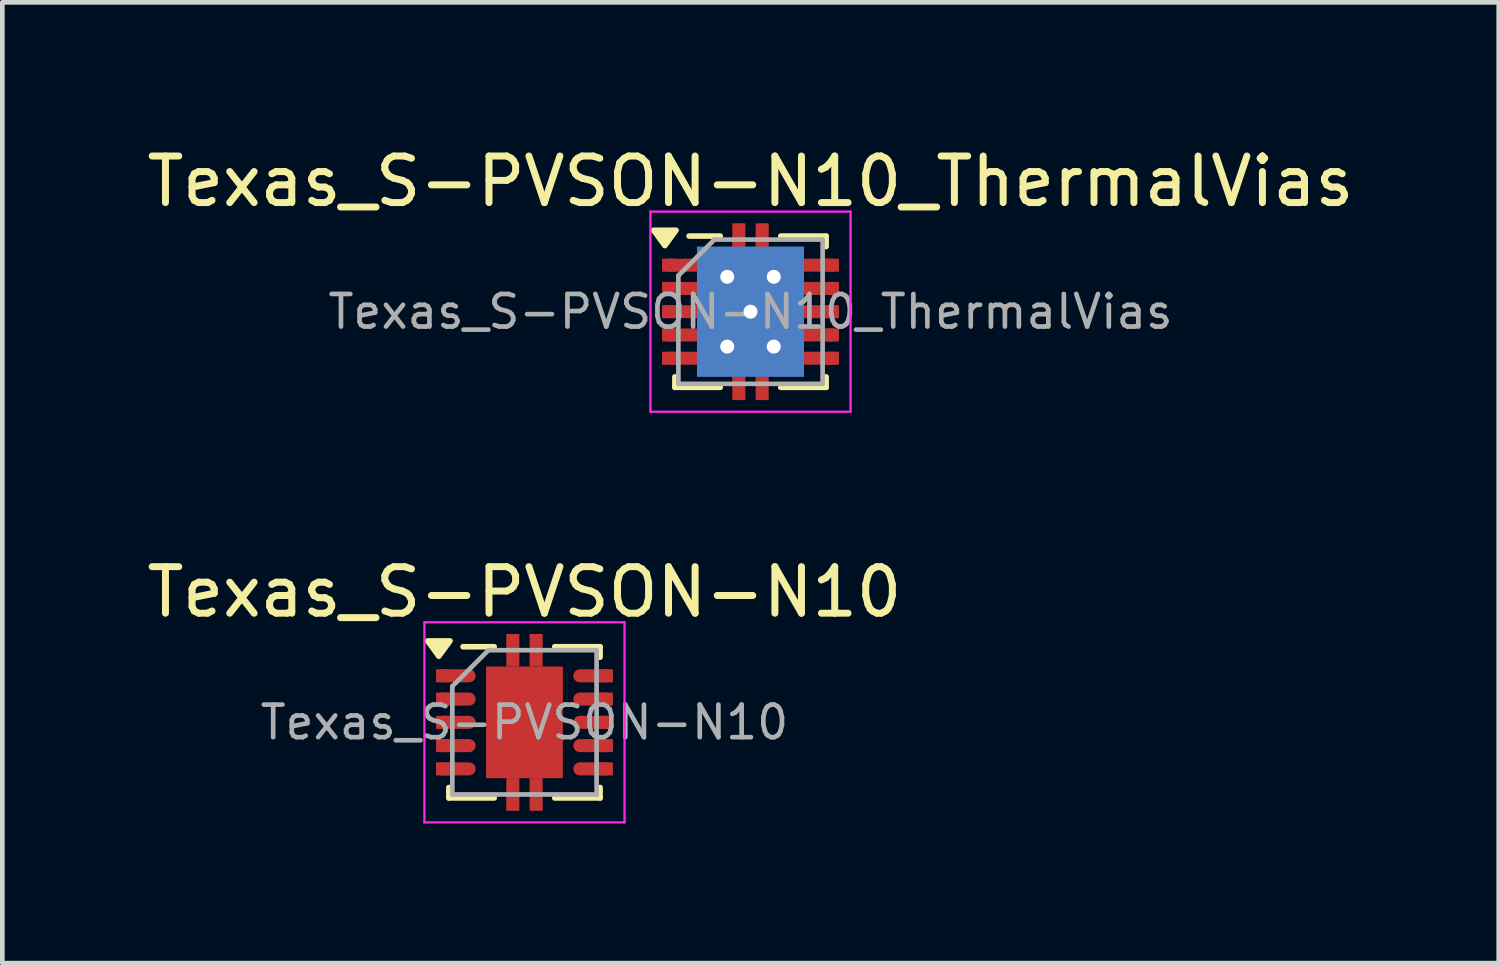
<source format=kicad_pcb>
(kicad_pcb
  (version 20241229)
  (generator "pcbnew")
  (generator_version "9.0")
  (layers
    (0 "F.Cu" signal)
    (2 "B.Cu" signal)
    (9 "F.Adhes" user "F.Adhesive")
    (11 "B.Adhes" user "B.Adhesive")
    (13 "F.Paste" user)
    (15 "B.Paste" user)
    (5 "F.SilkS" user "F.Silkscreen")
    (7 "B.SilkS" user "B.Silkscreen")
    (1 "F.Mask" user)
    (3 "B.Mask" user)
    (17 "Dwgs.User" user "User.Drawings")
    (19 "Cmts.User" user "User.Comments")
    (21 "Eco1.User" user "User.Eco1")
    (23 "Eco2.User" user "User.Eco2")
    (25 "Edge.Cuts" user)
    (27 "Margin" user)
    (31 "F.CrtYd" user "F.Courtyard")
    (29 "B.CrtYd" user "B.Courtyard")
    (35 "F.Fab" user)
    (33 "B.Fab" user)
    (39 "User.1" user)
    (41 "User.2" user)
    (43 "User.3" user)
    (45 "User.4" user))
  (footprint "Texas_S-PVSON-N10_ThermalVias"
    (layer "F.Cu")
    (at 13.077 3.648)
    (property "Reference" "Texas_S-PVSON-N10_ThermalVias" (at 0 -2.8 0) (layer "F.SilkS") (effects (font (size 1 1) (thickness 0.15))))
    (attr smd)
    (fp_line (start -1.625 1.625) (end -1.625 1.4) (stroke (width 0.12) (type solid)) (layer "F.SilkS"))
    (fp_line (start -1.625 1.625) (end -0.65 1.625) (stroke (width 0.12) (type solid)) (layer "F.SilkS"))
    (fp_line (start -1.32 -1.625) (end -0.65 -1.625) (stroke (width 0.12) (type solid)) (layer "F.SilkS"))
    (fp_line (start 0.65 -1.625) (end 1.625 -1.625) (stroke (width 0.12) (type solid)) (layer "F.SilkS"))
    (fp_line (start 0.65 1.625) (end 1.625 1.625) (stroke (width 0.12) (type solid)) (layer "F.SilkS"))
    (fp_line (start 1.625 -1.4) (end 1.625 -1.625) (stroke (width 0.12) (type solid)) (layer "F.SilkS"))
    (fp_line (start 1.625 1.4) (end 1.625 1.625) (stroke (width 0.12) (type solid)) (layer "F.SilkS"))
    (fp_poly (pts (xy -1.84 -1.42) (xy -2.08 -1.75) (xy -1.6 -1.75) (xy -1.84 -1.42)) (stroke (width 0.12) (type solid)) (fill yes) (layer "F.SilkS"))
    (fp_line (start -2.15 -2.15) (end -2.15 2.15) (stroke (width 0.05) (type solid)) (layer "F.CrtYd"))
    (fp_line (start -2.15 -2.15) (end 2.15 -2.15) (stroke (width 0.05) (type solid)) (layer "F.CrtYd"))
    (fp_line (start -2.15 2.15) (end 2.15 2.15) (stroke (width 0.05) (type solid)) (layer "F.CrtYd"))
    (fp_line (start 2.15 -2.15) (end 2.15 2.15) (stroke (width 0.05) (type solid)) (layer "F.CrtYd"))
    (fp_line (start -1.55 1.55) (end -1.55 -0.775) (stroke (width 0.1) (type solid)) (layer "F.Fab"))
    (fp_line (start -0.775 -1.55) (end -1.55 -0.775) (stroke (width 0.1) (type solid)) (layer "F.Fab"))
    (fp_line (start -0.775 -1.55) (end 1.55 -1.55) (stroke (width 0.1) (type solid)) (layer "F.Fab"))
    (fp_line (start 1.55 -1.55) (end 1.55 1.55) (stroke (width 0.1) (type solid)) (layer "F.Fab"))
    (fp_line (start 1.55 1.55) (end -1.55 1.55) (stroke (width 0.1) (type solid)) (layer "F.Fab"))
    (fp_text user "${REFERENCE}" (at 0 0 0) (layer "F.Fab") (effects (font (size 0.7 0.7) (thickness 0.1))))
    (pad "1" smd rect (at -1.76 -1) (size 0.28 0.28) (layers "F.Cu" "F.Mask" "F.Paste"))
    (pad "1" smd oval (at -1.475 -1) (size 0.85 0.28) (layers "F.Cu" "F.Mask" "F.Paste"))
    (pad "2" smd rect (at -1.76 -0.5) (size 0.28 0.28) (layers "F.Cu" "F.Mask" "F.Paste"))
    (pad "2" smd oval (at -1.475 -0.5) (size 0.85 0.28) (layers "F.Cu" "F.Mask" "F.Paste"))
    (pad "3" smd rect (at -1.76 0) (size 0.28 0.28) (layers "F.Cu" "F.Mask" "F.Paste"))
    (pad "3" smd oval (at -1.475 0) (size 0.85 0.28) (layers "F.Cu" "F.Mask" "F.Paste"))
    (pad "4" smd rect (at -1.76 0.5) (size 0.28 0.28) (layers "F.Cu" "F.Mask" "F.Paste"))
    (pad "4" smd oval (at -1.475 0.5) (size 0.85 0.28) (layers "F.Cu" "F.Mask" "F.Paste"))
    (pad "5" smd rect (at -1.76 1) (size 0.28 0.28) (layers "F.Cu" "F.Mask" "F.Paste"))
    (pad "5" smd oval (at -1.475 1) (size 0.85 0.28) (layers "F.Cu" "F.Mask" "F.Paste"))
    (pad "6" smd oval (at 1.475 1) (size 0.85 0.28) (layers "F.Cu" "F.Mask" "F.Paste"))
    (pad "6" smd rect (at 1.76 1) (size 0.28 0.28) (layers "F.Cu" "F.Mask" "F.Paste"))
    (pad "7" smd oval (at 1.475 0.5) (size 0.85 0.28) (layers "F.Cu" "F.Mask" "F.Paste"))
    (pad "7" smd rect (at 1.76 0.5) (size 0.28 0.28) (layers "F.Cu" "F.Mask" "F.Paste"))
    (pad "8" smd oval (at 1.475 0) (size 0.85 0.28) (layers "F.Cu" "F.Mask" "F.Paste"))
    (pad "8" smd rect (at 1.76 0) (size 0.28 0.28) (layers "F.Cu" "F.Mask" "F.Paste"))
    (pad "9" smd oval (at 1.475 -0.5) (size 0.85 0.28) (layers "F.Cu" "F.Mask" "F.Paste"))
    (pad "9" smd rect (at 1.76 -0.5) (size 0.28 0.28) (layers "F.Cu" "F.Mask" "F.Paste"))
    (pad "10" smd oval (at 1.475 -1) (size 0.85 0.28) (layers "F.Cu" "F.Mask" "F.Paste"))
    (pad "10" smd rect (at 1.76 -1) (size 0.28 0.28) (layers "F.Cu" "F.Mask" "F.Paste"))
    (pad "11" thru_hole circle (at -0.5 -0.75) (size 0.6 0.6) (drill 0.3) (layers "*.Cu" "*.Mask"))
    (pad "11" thru_hole circle (at -0.5 0.75) (size 0.6 0.6) (drill 0.3) (layers "*.Cu" "*.Mask"))
    (pad "11" smd rect (at -0.45 -0.635) (size 0.68 1.05) (layers "F.Cu" "F.Mask" "F.Paste"))
    (pad "11" smd rect (at -0.45 0.635) (size 0.68 1.05) (layers "F.Cu" "F.Mask" "F.Paste"))
    (pad "11" smd rect (at -0.25 -1.63) (size 0.26 0.5) (layers "F.Cu" "F.Mask" "F.Paste"))
    (pad "11" smd rect (at -0.25 -1.55) (size 0.28 0.7) (layers "F.Cu" "F.Mask"))
    (pad "11" smd rect (at -0.25 1.55) (size 0.28 0.7) (layers "F.Cu" "F.Mask"))
    (pad "11" smd rect (at -0.25 1.63) (size 0.26 0.5) (layers "F.Cu" "F.Mask" "F.Paste"))
    (pad "11" thru_hole circle (at 0 0) (size 0.6 0.6) (drill 0.3) (layers "*.Cu" "*.Mask"))
    (pad "11" smd rect (at 0 0) (size 1.65 2.4) (layers "F.Cu" "F.Mask"))
    (pad "11" smd rect (at 0 0) (size 2.3 2.8) (layers "B.Cu"))
    (pad "11" smd rect (at 0.25 -1.63) (size 0.26 0.5) (layers "F.Cu" "F.Mask" "F.Paste"))
    (pad "11" smd rect (at 0.25 -1.55) (size 0.28 0.7) (layers "F.Cu" "F.Mask"))
    (pad "11" smd rect (at 0.25 1.55) (size 0.28 0.7) (layers "F.Cu" "F.Mask"))
    (pad "11" smd rect (at 0.25 1.63) (size 0.26 0.5) (layers "F.Cu" "F.Mask" "F.Paste"))
    (pad "11" smd rect (at 0.45 -0.635) (size 0.68 1.05) (layers "F.Cu" "F.Mask" "F.Paste"))
    (pad "11" smd rect (at 0.45 0.635) (size 0.68 1.05) (layers "F.Cu" "F.Mask" "F.Paste"))
    (pad "11" thru_hole circle (at 0.5 -0.75) (size 0.6 0.6) (drill 0.3) (layers "*.Cu" "*.Mask"))
    (pad "11" thru_hole circle (at 0.5 0.75) (size 0.6 0.6) (drill 0.3) (layers "*.Cu" "*.Mask")))
  (footprint "Texas_S-PVSON-N10"
    (layer "F.Cu")
    (at 8.22 12.472)
    (property "Reference" "Texas_S-PVSON-N10" (at 0 -2.8 0) (layer "F.SilkS") (effects (font (size 1 1) (thickness 0.15))))
    (attr smd)
    (fp_line (start -1.625 1.625) (end -1.625 1.4) (stroke (width 0.12) (type solid)) (layer "F.SilkS"))
    (fp_line (start -1.625 1.625) (end -0.65 1.625) (stroke (width 0.12) (type solid)) (layer "F.SilkS"))
    (fp_line (start -1.32 -1.625) (end -0.65 -1.625) (stroke (width 0.12) (type solid)) (layer "F.SilkS"))
    (fp_line (start 0.65 -1.625) (end 1.625 -1.625) (stroke (width 0.12) (type solid)) (layer "F.SilkS"))
    (fp_line (start 0.65 1.625) (end 1.625 1.625) (stroke (width 0.12) (type solid)) (layer "F.SilkS"))
    (fp_line (start 1.625 -1.4) (end 1.625 -1.625) (stroke (width 0.12) (type solid)) (layer "F.SilkS"))
    (fp_line (start 1.625 1.4) (end 1.625 1.625) (stroke (width 0.12) (type solid)) (layer "F.SilkS"))
    (fp_poly (pts (xy -1.84 -1.42) (xy -2.08 -1.75) (xy -1.6 -1.75) (xy -1.84 -1.42)) (stroke (width 0.12) (type solid)) (fill yes) (layer "F.SilkS"))
    (fp_line (start -2.15 -2.15) (end -2.15 2.15) (stroke (width 0.05) (type solid)) (layer "F.CrtYd"))
    (fp_line (start -2.15 -2.15) (end 2.15 -2.15) (stroke (width 0.05) (type solid)) (layer "F.CrtYd"))
    (fp_line (start -2.15 2.15) (end 2.15 2.15) (stroke (width 0.05) (type solid)) (layer "F.CrtYd"))
    (fp_line (start 2.15 -2.15) (end 2.15 2.15) (stroke (width 0.05) (type solid)) (layer "F.CrtYd"))
    (fp_line (start -1.55 1.55) (end -1.55 -0.775) (stroke (width 0.1) (type solid)) (layer "F.Fab"))
    (fp_line (start -0.775 -1.55) (end -1.55 -0.775) (stroke (width 0.1) (type solid)) (layer "F.Fab"))
    (fp_line (start -0.775 -1.55) (end 1.55 -1.55) (stroke (width 0.1) (type solid)) (layer "F.Fab"))
    (fp_line (start 1.55 -1.55) (end 1.55 1.55) (stroke (width 0.1) (type solid)) (layer "F.Fab"))
    (fp_line (start 1.55 1.55) (end -1.55 1.55) (stroke (width 0.1) (type solid)) (layer "F.Fab"))
    (fp_text user "${REFERENCE}" (at 0 0 0) (layer "F.Fab") (effects (font (size 0.7 0.7) (thickness 0.1))))
    (pad "1" smd rect (at -1.76 -1) (size 0.28 0.28) (layers "F.Cu" "F.Mask" "F.Paste"))
    (pad "1" smd oval (at -1.475 -1) (size 0.85 0.28) (layers "F.Cu" "F.Mask" "F.Paste"))
    (pad "2" smd rect (at -1.76 -0.5) (size 0.28 0.28) (layers "F.Cu" "F.Mask" "F.Paste"))
    (pad "2" smd oval (at -1.475 -0.5) (size 0.85 0.28) (layers "F.Cu" "F.Mask" "F.Paste"))
    (pad "3" smd rect (at -1.76 0) (size 0.28 0.28) (layers "F.Cu" "F.Mask" "F.Paste"))
    (pad "3" smd oval (at -1.475 0) (size 0.85 0.28) (layers "F.Cu" "F.Mask" "F.Paste"))
    (pad "4" smd rect (at -1.76 0.5) (size 0.28 0.28) (layers "F.Cu" "F.Mask" "F.Paste"))
    (pad "4" smd oval (at -1.475 0.5) (size 0.85 0.28) (layers "F.Cu" "F.Mask" "F.Paste"))
    (pad "5" smd rect (at -1.76 1) (size 0.28 0.28) (layers "F.Cu" "F.Mask" "F.Paste"))
    (pad "5" smd oval (at -1.475 1) (size 0.85 0.28) (layers "F.Cu" "F.Mask" "F.Paste"))
    (pad "6" smd oval (at 1.475 1) (size 0.85 0.28) (layers "F.Cu" "F.Mask" "F.Paste"))
    (pad "6" smd rect (at 1.76 1) (size 0.28 0.28) (layers "F.Cu" "F.Mask" "F.Paste"))
    (pad "7" smd oval (at 1.475 0.5) (size 0.85 0.28) (layers "F.Cu" "F.Mask" "F.Paste"))
    (pad "7" smd rect (at 1.76 0.5) (size 0.28 0.28) (layers "F.Cu" "F.Mask" "F.Paste"))
    (pad "8" smd oval (at 1.475 0) (size 0.85 0.28) (layers "F.Cu" "F.Mask" "F.Paste"))
    (pad "8" smd rect (at 1.76 0) (size 0.28 0.28) (layers "F.Cu" "F.Mask" "F.Paste"))
    (pad "9" smd oval (at 1.475 -0.5) (size 0.85 0.28) (layers "F.Cu" "F.Mask" "F.Paste"))
    (pad "9" smd rect (at 1.76 -0.5) (size 0.28 0.28) (layers "F.Cu" "F.Mask" "F.Paste"))
    (pad "10" smd oval (at 1.475 -1) (size 0.85 0.28) (layers "F.Cu" "F.Mask" "F.Paste"))
    (pad "10" smd rect (at 1.76 -1) (size 0.28 0.28) (layers "F.Cu" "F.Mask" "F.Paste"))
    (pad "11" smd rect (at -0.45 -0.635) (size 0.68 1.05) (layers "F.Cu" "F.Mask" "F.Paste"))
    (pad "11" smd rect (at -0.45 0.635) (size 0.68 1.05) (layers "F.Cu" "F.Mask" "F.Paste"))
    (pad "11" smd rect (at -0.25 -1.63) (size 0.26 0.5) (layers "F.Cu" "F.Mask" "F.Paste"))
    (pad "11" smd rect (at -0.25 -1.55) (size 0.28 0.7) (layers "F.Cu" "F.Mask"))
    (pad "11" smd rect (at -0.25 1.55) (size 0.28 0.7) (layers "F.Cu" "F.Mask"))
    (pad "11" smd rect (at -0.25 1.63) (size 0.26 0.5) (layers "F.Cu" "F.Mask" "F.Paste"))
    (pad "11" smd rect (at 0 0) (size 1.65 2.4) (layers "F.Cu" "F.Mask"))
    (pad "11" smd rect (at 0.25 -1.63) (size 0.26 0.5) (layers "F.Cu" "F.Mask" "F.Paste"))
    (pad "11" smd rect (at 0.25 -1.55) (size 0.28 0.7) (layers "F.Cu" "F.Mask"))
    (pad "11" smd rect (at 0.25 1.55) (size 0.28 0.7) (layers "F.Cu" "F.Mask"))
    (pad "11" smd rect (at 0.25 1.63) (size 0.26 0.5) (layers "F.Cu" "F.Mask" "F.Paste"))
    (pad "11" smd rect (at 0.45 -0.635) (size 0.68 1.05) (layers "F.Cu" "F.Mask" "F.Paste"))
    (pad "11" smd rect (at 0.45 0.635) (size 0.68 1.05) (layers "F.Cu" "F.Mask" "F.Paste")))
  (gr_rect
    (start -3 -3)
    (end 29.155 17.646)
    (stroke (width 0.1) (type default))
    (fill no)
    (layer "Edge.Cuts")))
</source>
